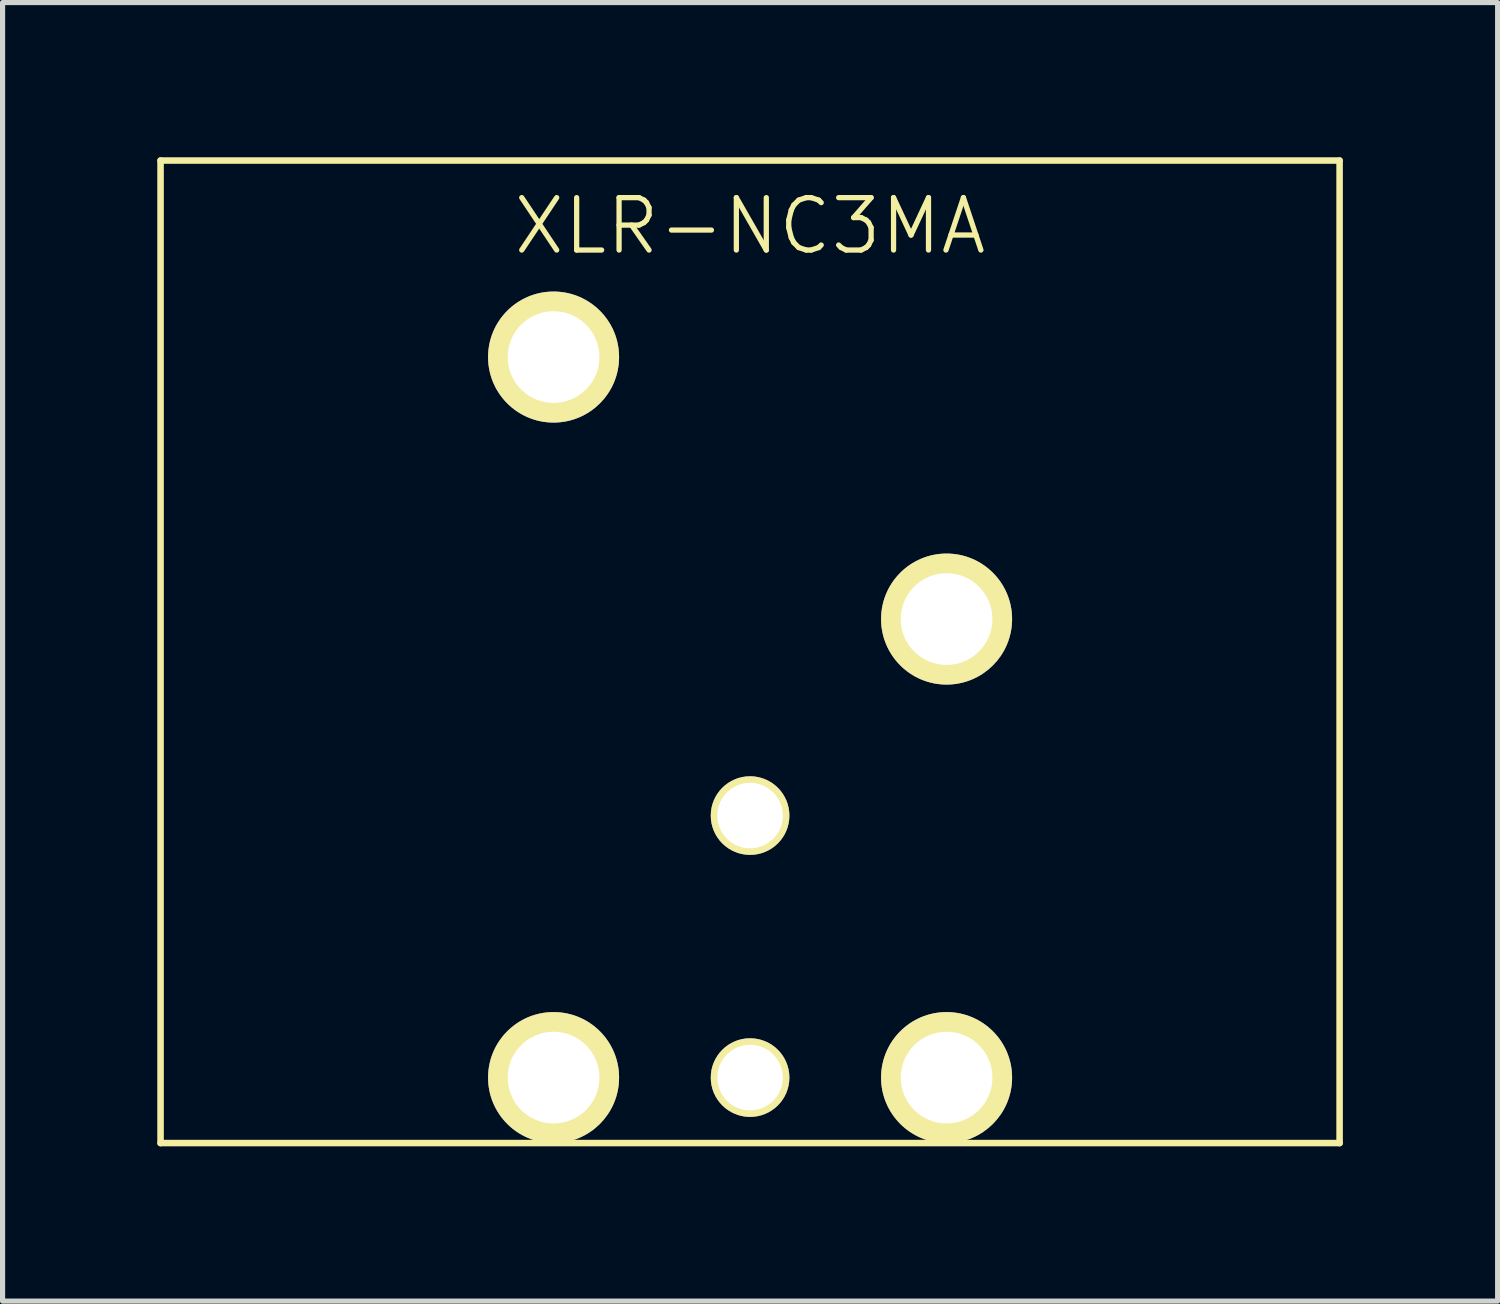
<source format=kicad_pcb>
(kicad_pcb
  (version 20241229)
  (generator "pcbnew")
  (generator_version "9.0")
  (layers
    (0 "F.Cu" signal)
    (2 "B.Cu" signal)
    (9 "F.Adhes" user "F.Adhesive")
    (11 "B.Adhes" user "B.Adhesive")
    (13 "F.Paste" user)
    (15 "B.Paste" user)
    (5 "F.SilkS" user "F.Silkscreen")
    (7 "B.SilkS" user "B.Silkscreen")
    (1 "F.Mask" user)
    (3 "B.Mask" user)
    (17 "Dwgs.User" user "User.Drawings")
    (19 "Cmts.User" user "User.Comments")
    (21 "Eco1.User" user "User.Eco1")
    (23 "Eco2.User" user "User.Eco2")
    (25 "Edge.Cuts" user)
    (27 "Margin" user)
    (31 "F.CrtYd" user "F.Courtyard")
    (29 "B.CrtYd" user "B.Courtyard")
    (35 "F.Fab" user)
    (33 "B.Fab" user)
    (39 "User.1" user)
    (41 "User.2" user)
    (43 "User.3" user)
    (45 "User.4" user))
  (footprint "XLR-NC3MA"
    (layer "F.Cu")
    (at 11.493 9.588)
    (property "Reference" "XLR-NC3MA" (at 0 -8.255 0) (layer "F.SilkS") (effects (font (size 1.016 1.016) (thickness 0.102))))
    (attr through_hole)
    (fp_line (start -11.43 -9.525) (end -11.43 9.525) (stroke (width 0.127) (type solid)) (layer "F.SilkS"))
    (fp_line (start -11.43 -9.525) (end 11.43 -9.525) (stroke (width 0.127) (type solid)) (layer "F.SilkS"))
    (fp_line (start -11.43 9.525) (end 11.43 9.525) (stroke (width 0.127) (type solid)) (layer "F.SilkS"))
    (fp_line (start 11.43 9.525) (end 11.43 -9.525) (stroke (width 0.127) (type solid)) (layer "F.SilkS"))
    (pad "1" thru_hole circle (at 3.81 8.255) (size 2.54 2.54) (drill 1.778) (layers "*.Cu" "*.Mask" "F.SilkS"))
    (pad "2" thru_hole circle (at -3.81 8.255) (size 2.54 2.54) (drill 1.778) (layers "*.Cu" "*.Mask" "F.SilkS"))
    (pad "3" thru_hole circle (at 0 8.255) (size 1.524 1.524) (drill 1.27) (layers "*.Cu" "*.Mask" "F.SilkS"))
    (pad "4" thru_hole circle (at 0 3.175) (size 1.524 1.524) (drill 1.27) (layers "*.Cu" "*.Mask" "F.SilkS"))
    (pad "Hole" thru_hole circle (at -3.81 -5.715) (size 2.54 2.54) (drill 1.778) (layers "*.Cu" "*.Mask" "F.SilkS"))
    (pad "Hole" thru_hole circle (at 3.81 -0.635) (size 2.54 2.54) (drill 1.778) (layers "*.Cu" "*.Mask" "F.SilkS")))
  (gr_rect
    (start -3 -3)
    (end 25.987 22.177)
    (stroke (width 0.1) (type default))
    (fill no)
    (layer "Edge.Cuts")))
</source>
